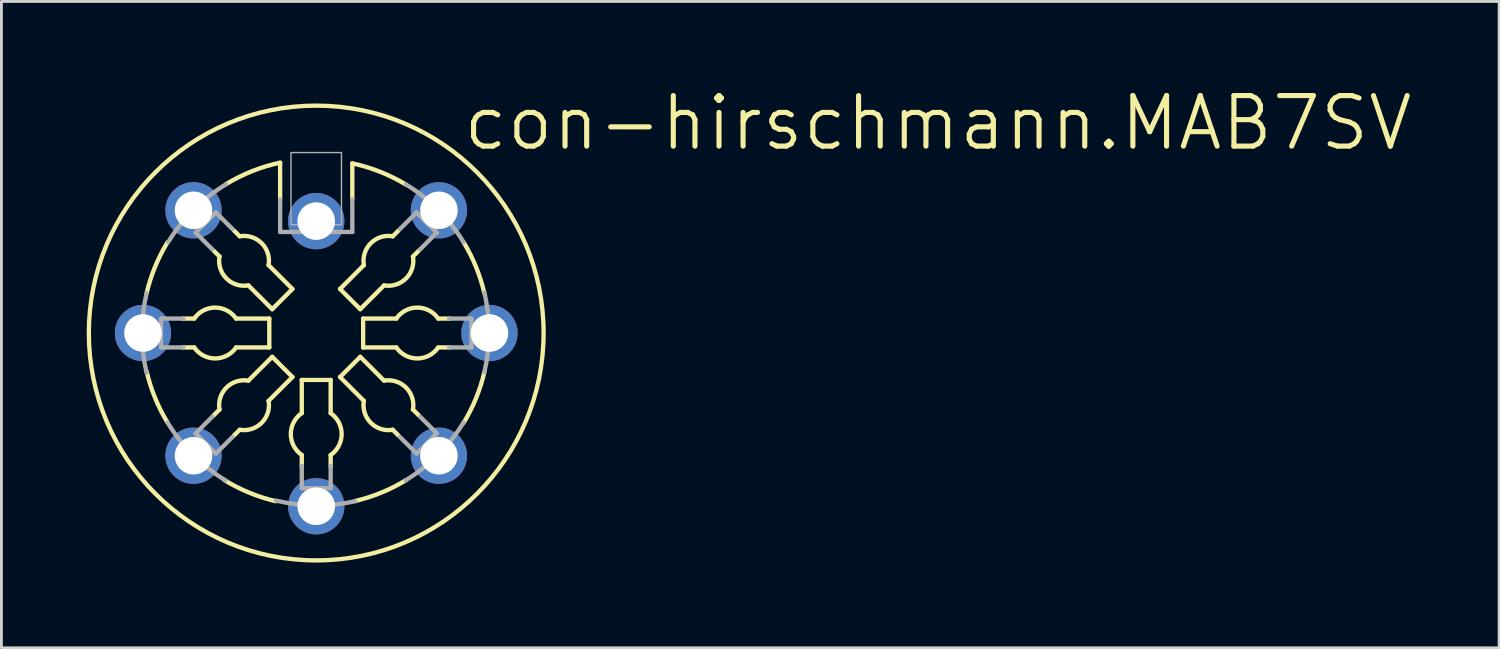
<source format=kicad_pcb>
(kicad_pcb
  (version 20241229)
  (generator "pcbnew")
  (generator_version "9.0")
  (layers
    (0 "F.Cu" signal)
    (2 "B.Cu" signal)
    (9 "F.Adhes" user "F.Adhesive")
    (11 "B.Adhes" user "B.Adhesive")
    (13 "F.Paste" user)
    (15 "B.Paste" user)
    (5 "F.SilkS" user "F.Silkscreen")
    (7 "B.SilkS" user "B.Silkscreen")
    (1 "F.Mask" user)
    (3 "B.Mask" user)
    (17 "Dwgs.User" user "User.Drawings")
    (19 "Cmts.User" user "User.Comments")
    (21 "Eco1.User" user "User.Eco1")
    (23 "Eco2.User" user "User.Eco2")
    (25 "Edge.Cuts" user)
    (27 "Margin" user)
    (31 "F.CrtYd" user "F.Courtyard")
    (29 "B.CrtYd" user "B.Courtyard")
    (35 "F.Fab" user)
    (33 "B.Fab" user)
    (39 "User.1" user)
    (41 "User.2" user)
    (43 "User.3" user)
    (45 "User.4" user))
  (footprint "con-hirschmann.MAB7SV"
    (layer "F.Cu")
    (at 8.077 8.668)
    (property "Reference" "con-hirschmann.MAB7SV" (at 5.08 -6.35 0) (layer "F.SilkS") (effects (font (size 1.778 1.778) (thickness 0.18)) (justify left bottom)))
    (attr through_hole)
    (fp_line (start -4.699 -0.508) (end -4.293 -0.508) (stroke (width 0.152) (type default)) (layer "F.SilkS"))
    (fp_line (start -4.293 0.508) (end -4.699 0.508) (stroke (width 0.152) (type default)) (layer "F.SilkS"))
    (fp_line (start -3.607 2.896) (end -3.404 2.692) (stroke (width 0.152) (type default)) (layer "F.SilkS"))
    (fp_line (start -3.404 -2.692) (end -3.607 -2.896) (stroke (width 0.152) (type default)) (layer "F.SilkS"))
    (fp_line (start -2.896 -3.607) (end -2.692 -3.404) (stroke (width 0.152) (type default)) (layer "F.SilkS"))
    (fp_line (start -2.819 -0.508) (end -1.651 -0.508) (stroke (width 0.152) (type default)) (layer "F.SilkS"))
    (fp_line (start -2.692 3.404) (end -2.896 3.607) (stroke (width 0.152) (type default)) (layer "F.SilkS"))
    (fp_line (start -2.388 1.676) (end -1.549 0.838) (stroke (width 0.152) (type default)) (layer "F.SilkS"))
    (fp_line (start -1.676 -2.388) (end -0.838 -1.549) (stroke (width 0.152) (type default)) (layer "F.SilkS"))
    (fp_line (start -1.651 -0.508) (end -1.651 0.508) (stroke (width 0.152) (type default)) (layer "F.SilkS"))
    (fp_line (start -1.651 0.508) (end -2.819 0.508) (stroke (width 0.152) (type default)) (layer "F.SilkS"))
    (fp_line (start -1.549 -0.838) (end -2.388 -1.676) (stroke (width 0.152) (type default)) (layer "F.SilkS"))
    (fp_line (start -1.549 0.838) (end -0.838 1.549) (stroke (width 0.152) (type default)) (layer "F.SilkS"))
    (fp_line (start -1.27 -4.699) (end -1.27 -5.994) (stroke (width 0.152) (type default)) (layer "F.SilkS"))
    (fp_line (start -0.838 -1.549) (end -1.549 -0.838) (stroke (width 0.152) (type default)) (layer "F.SilkS"))
    (fp_line (start -0.838 1.549) (end -1.676 2.388) (stroke (width 0.152) (type default)) (layer "F.SilkS"))
    (fp_line (start -0.508 1.651) (end 0.508 1.651) (stroke (width 0.152) (type default)) (layer "F.SilkS"))
    (fp_line (start -0.508 2.819) (end -0.508 1.651) (stroke (width 0.152) (type default)) (layer "F.SilkS"))
    (fp_line (start -0.508 4.699) (end -0.508 4.293) (stroke (width 0.152) (type default)) (layer "F.SilkS"))
    (fp_line (start 0.508 1.651) (end 0.508 2.819) (stroke (width 0.152) (type default)) (layer "F.SilkS"))
    (fp_line (start 0.508 4.293) (end 0.508 4.699) (stroke (width 0.152) (type default)) (layer "F.SilkS"))
    (fp_line (start 0.838 -1.549) (end 1.676 -2.388) (stroke (width 0.152) (type default)) (layer "F.SilkS"))
    (fp_line (start 0.838 1.549) (end 1.549 0.838) (stroke (width 0.152) (type default)) (layer "F.SilkS"))
    (fp_line (start 1.27 -4.699) (end 1.27 -5.969) (stroke (width 0.152) (type default)) (layer "F.SilkS"))
    (fp_line (start 1.549 -0.838) (end 0.838 -1.549) (stroke (width 0.152) (type default)) (layer "F.SilkS"))
    (fp_line (start 1.549 0.838) (end 2.388 1.676) (stroke (width 0.152) (type default)) (layer "F.SilkS"))
    (fp_line (start 1.651 -0.508) (end 2.819 -0.508) (stroke (width 0.152) (type default)) (layer "F.SilkS"))
    (fp_line (start 1.651 0.508) (end 1.651 -0.508) (stroke (width 0.152) (type default)) (layer "F.SilkS"))
    (fp_line (start 1.676 2.388) (end 0.838 1.549) (stroke (width 0.152) (type default)) (layer "F.SilkS"))
    (fp_line (start 2.388 -1.676) (end 1.549 -0.838) (stroke (width 0.152) (type default)) (layer "F.SilkS"))
    (fp_line (start 2.692 -3.404) (end 2.896 -3.607) (stroke (width 0.152) (type default)) (layer "F.SilkS"))
    (fp_line (start 2.819 0.508) (end 1.651 0.508) (stroke (width 0.152) (type default)) (layer "F.SilkS"))
    (fp_line (start 2.896 3.607) (end 2.692 3.404) (stroke (width 0.152) (type default)) (layer "F.SilkS"))
    (fp_line (start 3.404 2.692) (end 3.607 2.896) (stroke (width 0.152) (type default)) (layer "F.SilkS"))
    (fp_line (start 3.607 -2.896) (end 3.404 -2.692) (stroke (width 0.152) (type default)) (layer "F.SilkS"))
    (fp_line (start 4.293 -0.508) (end 4.699 -0.508) (stroke (width 0.152) (type default)) (layer "F.SilkS"))
    (fp_line (start 4.699 0.508) (end 4.293 0.508) (stroke (width 0.152) (type default)) (layer "F.SilkS"))
    (fp_arc (start -5.969 -1.397) (mid -5.672906 -2.323497) (end -5.234 -3.1915) (stroke (width 0.1524) (type default)) (layer "F.SilkS"))
    (fp_arc (start -5.2324 3.1496) (mid -5.669034 2.286095) (end -5.9636 1.3644) (stroke (width 0.1524) (type default)) (layer "F.SilkS"))
    (fp_arc (start -4.2926 -0.508) (mid -3.556 -0.894785) (end -2.8194 -0.508) (stroke (width 0.1524) (type default)) (layer "F.SilkS"))
    (fp_arc (start -3.4036 2.6924) (mid -3.160093 1.919907) (end -2.3876 1.6764) (stroke (width 0.1524) (type default)) (layer "F.SilkS"))
    (fp_arc (start -3.1822 -5.2326) (mid -2.25845 -5.694702) (end -1.27 -5.9944) (stroke (width 0.1524) (type default)) (layer "F.SilkS"))
    (fp_arc (start -2.8194 0.508) (mid -3.556 0.894785) (end -4.2926 0.508) (stroke (width 0.1524) (type default)) (layer "F.SilkS"))
    (fp_arc (start -2.6924 -3.4036) (mid -1.919907 -3.160093) (end -1.6764 -2.3876) (stroke (width 0.1524) (type default)) (layer "F.SilkS"))
    (fp_arc (start -2.3876 -1.6764) (mid -3.160093 -1.919907) (end -3.4036 -2.6924) (stroke (width 0.1524) (type default)) (layer "F.SilkS"))
    (fp_arc (start -1.6764 2.3876) (mid -1.919907 3.160093) (end -2.6924 3.4036) (stroke (width 0.1524) (type default)) (layer "F.SilkS"))
    (fp_arc (start -1.4224 5.9182) (mid -2.360503 5.617342) (end -3.2383 5.1701) (stroke (width 0.1524) (type default)) (layer "F.SilkS"))
    (fp_arc (start -0.508 4.2926) (mid -0.894785 3.556) (end -0.508 2.8194) (stroke (width 0.1524) (type default)) (layer "F.SilkS"))
    (fp_arc (start 0.508 2.8194) (mid 0.894785 3.556) (end 0.508 4.2926) (stroke (width 0.1524) (type default)) (layer "F.SilkS"))
    (fp_arc (start 1.27 -5.969) (mid 2.24632 -5.674138) (end 3.1599 -5.2208) (stroke (width 0.1524) (type default)) (layer "F.SilkS"))
    (fp_arc (start 1.6764 -2.3876) (mid 1.919907 -3.160093) (end 2.6924 -3.4036) (stroke (width 0.1524) (type default)) (layer "F.SilkS"))
    (fp_arc (start 2.3876 1.6764) (mid 3.160093 1.919907) (end 3.4036 2.6924) (stroke (width 0.1524) (type default)) (layer "F.SilkS"))
    (fp_arc (start 2.6924 3.4036) (mid 1.919907 3.160093) (end 1.6764 2.3876) (stroke (width 0.1524) (type default)) (layer "F.SilkS"))
    (fp_arc (start 2.8194 -0.508) (mid 3.556 -0.894785) (end 4.2926 -0.508) (stroke (width 0.1524) (type default)) (layer "F.SilkS"))
    (fp_arc (start 3.1496 5.1816) (mid 2.286095 5.618234) (end 1.3644 5.9128) (stroke (width 0.1524) (type default)) (layer "F.SilkS"))
    (fp_arc (start 3.4036 -2.6924) (mid 3.160093 -1.919907) (end 2.3876 -1.6764) (stroke (width 0.1524) (type default)) (layer "F.SilkS"))
    (fp_arc (start 4.2926 0.508) (mid 3.556 0.894785) (end 2.8194 0.508) (stroke (width 0.1524) (type default)) (layer "F.SilkS"))
    (fp_arc (start 5.1816 -3.2004) (mid 5.618234 -2.336895) (end 5.9128 -1.4152) (stroke (width 0.1524) (type default)) (layer "F.SilkS"))
    (fp_arc (start 5.9182 1.3716) (mid 5.622106 2.298097) (end 5.1832 3.1661) (stroke (width 0.1524) (type default)) (layer "F.SilkS"))
    (fp_circle (center 0 0) (end 8.001 0) (stroke (width 0.152) (type default)) (fill no) (layer "F.SilkS"))
    (fp_line (start -5.461 -0.508) (end -4.674 -0.508) (stroke (width 0.152) (type default)) (layer "F.Fab"))
    (fp_line (start -5.461 0.508) (end -5.461 -0.508) (stroke (width 0.152) (type default)) (layer "F.Fab"))
    (fp_line (start -4.674 0.508) (end -5.461 0.508) (stroke (width 0.152) (type default)) (layer "F.Fab"))
    (fp_line (start -4.242 -3.531) (end -3.531 -4.242) (stroke (width 0.152) (type default)) (layer "F.Fab"))
    (fp_line (start -4.242 3.531) (end -3.658 2.946) (stroke (width 0.152) (type default)) (layer "F.Fab"))
    (fp_line (start -3.658 -2.946) (end -4.242 -3.531) (stroke (width 0.152) (type default)) (layer "F.Fab"))
    (fp_line (start -3.531 -4.242) (end -2.946 -3.658) (stroke (width 0.152) (type default)) (layer "F.Fab"))
    (fp_line (start -3.531 4.242) (end -4.242 3.531) (stroke (width 0.152) (type default)) (layer "F.Fab"))
    (fp_line (start -2.946 3.658) (end -3.531 4.242) (stroke (width 0.152) (type default)) (layer "F.Fab"))
    (fp_line (start -1.27 -4.699) (end -1.27 -3.556) (stroke (width 0.152) (type default)) (layer "F.Fab"))
    (fp_line (start -1.27 -3.556) (end 1.27 -3.556) (stroke (width 0.152) (type default)) (layer "F.Fab"))
    (fp_line (start -0.508 5.461) (end -0.508 4.674) (stroke (width 0.152) (type default)) (layer "F.Fab"))
    (fp_line (start 0.508 4.674) (end 0.508 5.461) (stroke (width 0.152) (type default)) (layer "F.Fab"))
    (fp_line (start 0.508 5.461) (end -0.508 5.461) (stroke (width 0.152) (type default)) (layer "F.Fab"))
    (fp_line (start 1.27 -3.556) (end 1.27 -4.699) (stroke (width 0.152) (type default)) (layer "F.Fab"))
    (fp_line (start 2.946 -3.658) (end 3.531 -4.242) (stroke (width 0.152) (type default)) (layer "F.Fab"))
    (fp_line (start 3.531 -4.242) (end 4.242 -3.531) (stroke (width 0.152) (type default)) (layer "F.Fab"))
    (fp_line (start 3.531 4.242) (end 2.946 3.658) (stroke (width 0.152) (type default)) (layer "F.Fab"))
    (fp_line (start 3.658 2.946) (end 4.242 3.531) (stroke (width 0.152) (type default)) (layer "F.Fab"))
    (fp_line (start 4.242 -3.531) (end 3.658 -2.946) (stroke (width 0.152) (type default)) (layer "F.Fab"))
    (fp_line (start 4.242 3.531) (end 3.531 4.242) (stroke (width 0.152) (type default)) (layer "F.Fab"))
    (fp_line (start 4.674 -0.508) (end 5.461 -0.508) (stroke (width 0.152) (type default)) (layer "F.Fab"))
    (fp_line (start 5.461 -0.508) (end 5.461 0.508) (stroke (width 0.152) (type default)) (layer "F.Fab"))
    (fp_line (start 5.461 0.508) (end 4.674 0.508) (stroke (width 0.152) (type default)) (layer "F.Fab"))
    (fp_rect (start -0.889 -3.81) (end 0.889 -6.35) (stroke (width 0.05) (type default)) (fill no) (layer "F.Fab"))
    (fp_arc (start -5.969 1.397) (mid -6.130299 0) (end -5.969 -1.397) (stroke (width 0.1524) (type default)) (layer "F.Fab"))
    (fp_arc (start -5.207 -3.2004) (mid -4.312393 -4.337793) (end -3.175 -5.2324) (stroke (width 0.1524) (type default)) (layer "F.Fab"))
    (fp_arc (start -3.2004 5.1816) (mid -4.337793 4.286993) (end -5.2324 3.1496) (stroke (width 0.1524) (type default)) (layer "F.Fab"))
    (fp_arc (start 1.3716 5.9182) (mid -0.023949 6.067919) (end -1.4169 5.8957) (stroke (width 0.1524) (type default)) (layer "F.Fab"))
    (fp_arc (start 3.1496 -5.2324) (mid 4.286993 -4.337793) (end 5.1816 -3.2004) (stroke (width 0.1524) (type default)) (layer "F.Fab"))
    (fp_arc (start 5.1816 3.1496) (mid 4.286993 4.286993) (end 3.1496 5.1816) (stroke (width 0.1524) (type default)) (layer "F.Fab"))
    (fp_arc (start 5.9182 -1.4224) (mid 6.079499 -0.0254) (end 5.9182 1.3716) (stroke (width 0.1524) (type default)) (layer "F.Fab"))
    (pad "1" thru_hole circle (at 6.096 0) (size 1.981 1.981) (drill 1.321) (layers "*.Cu" "*.Mask"))
    (pad "2" thru_hole circle (at 0 6.096) (size 1.981 1.981) (drill 1.321) (layers "*.Cu" "*.Mask"))
    (pad "3" thru_hole circle (at -6.096 0) (size 1.981 1.981) (drill 1.321) (layers "*.Cu" "*.Mask"))
    (pad "4" thru_hole circle (at 4.318 4.318) (size 1.981 1.981) (drill 1.321) (layers "*.Cu" "*.Mask"))
    (pad "5" thru_hole circle (at -4.318 4.318) (size 1.981 1.981) (drill 1.321) (layers "*.Cu" "*.Mask"))
    (pad "6" thru_hole circle (at 4.318 -4.318) (size 1.981 1.981) (drill 1.321) (layers "*.Cu" "*.Mask"))
    (pad "7" thru_hole circle (at -4.318 -4.318) (size 1.981 1.981) (drill 1.321) (layers "*.Cu" "*.Mask"))
    (pad "PE" thru_hole circle (at 0 -3.937) (size 1.981 1.981) (drill 1.321) (layers "*.Cu" "*.Mask")))
  (gr_rect
    (start -3 -3)
    (end 49.7 19.745)
    (stroke (width 0.1) (type default))
    (fill no)
    (layer "Edge.Cuts")))
</source>
